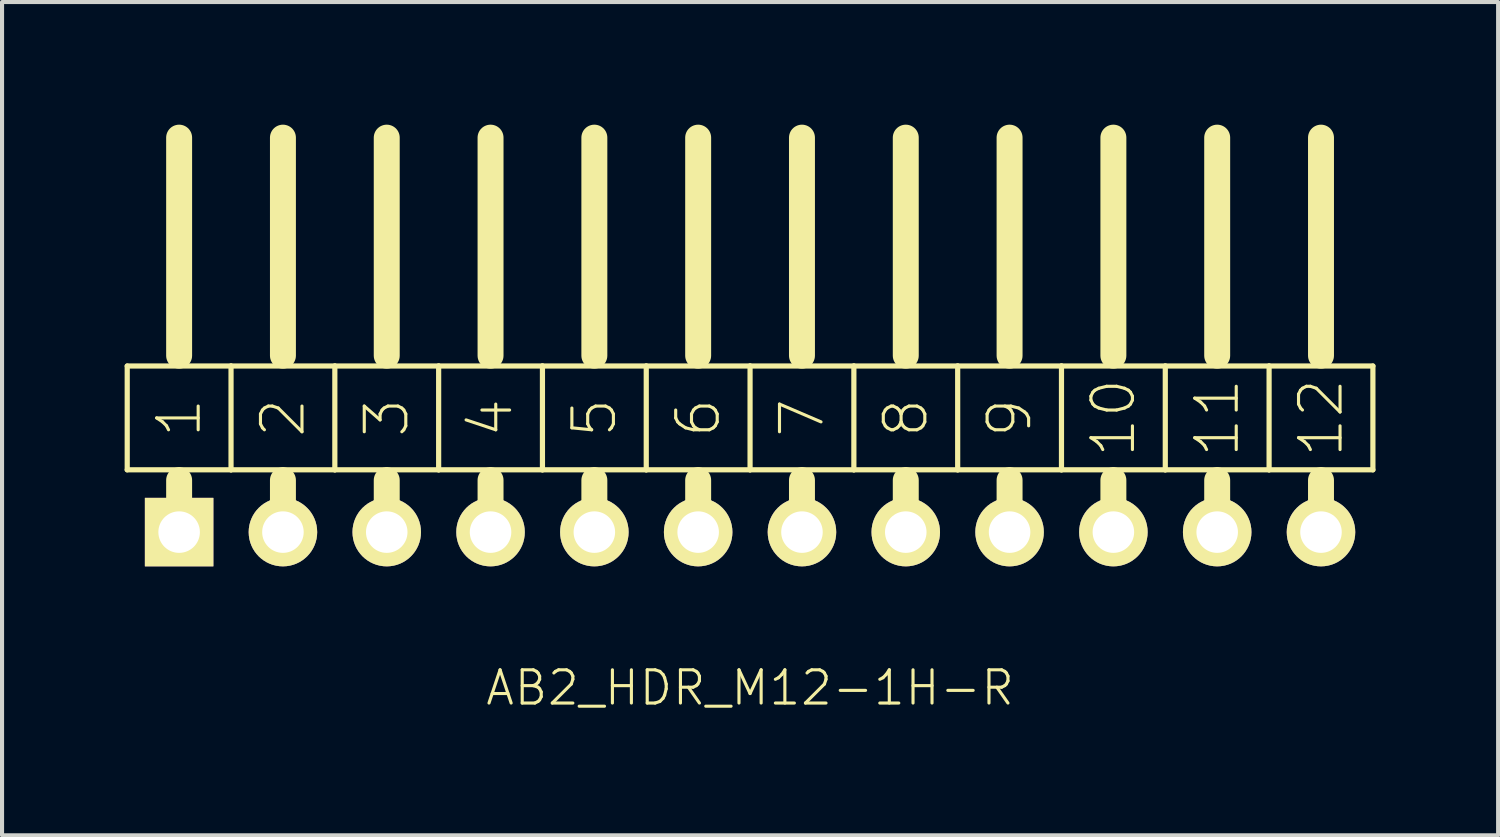
<source format=kicad_pcb>
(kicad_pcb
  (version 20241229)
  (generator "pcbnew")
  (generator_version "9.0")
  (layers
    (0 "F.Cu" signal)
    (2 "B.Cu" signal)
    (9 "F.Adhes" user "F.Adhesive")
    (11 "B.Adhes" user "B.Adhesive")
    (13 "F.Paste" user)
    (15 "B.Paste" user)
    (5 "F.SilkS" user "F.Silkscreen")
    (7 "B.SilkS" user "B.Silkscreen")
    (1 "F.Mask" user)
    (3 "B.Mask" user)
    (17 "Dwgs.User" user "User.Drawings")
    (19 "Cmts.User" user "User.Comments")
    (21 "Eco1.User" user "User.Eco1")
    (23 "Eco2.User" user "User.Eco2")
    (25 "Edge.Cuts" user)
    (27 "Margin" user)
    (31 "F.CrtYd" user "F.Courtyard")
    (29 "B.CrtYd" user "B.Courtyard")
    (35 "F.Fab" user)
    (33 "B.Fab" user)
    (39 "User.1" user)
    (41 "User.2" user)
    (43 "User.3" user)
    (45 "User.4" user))
  (footprint "AB2_HDR_M12-1H-R"
    (layer "F.Cu")
    (at 15.303 9.97)
    (property "Reference" "AB2_HDR_M12-1H-R" (at 0 3.81 0) (layer "F.SilkS") (effects (font (size 0.813 0.813) (thickness 0.076))))
    (attr through_hole)
    (fp_line (start -15.24 -4.064) (end -15.24 -1.524) (stroke (width 0.127) (type solid)) (layer "F.SilkS"))
    (fp_line (start -15.24 -1.524) (end -13.97 -1.524) (stroke (width 0.127) (type solid)) (layer "F.SilkS"))
    (fp_line (start -13.97 -4.318) (end -13.97 -9.652) (stroke (width 0.635) (type solid)) (layer "F.SilkS"))
    (fp_line (start -13.97 -1.524) (end -12.7 -1.524) (stroke (width 0.127) (type solid)) (layer "F.SilkS"))
    (fp_line (start -13.97 -1.27) (end -13.97 0) (stroke (width 0.635) (type solid)) (layer "F.SilkS"))
    (fp_line (start -12.7 -4.064) (end -15.24 -4.064) (stroke (width 0.127) (type solid)) (layer "F.SilkS"))
    (fp_line (start -12.7 -1.524) (end -12.7 -4.064) (stroke (width 0.127) (type solid)) (layer "F.SilkS"))
    (fp_line (start -12.7 -1.524) (end -11.43 -1.524) (stroke (width 0.127) (type solid)) (layer "F.SilkS"))
    (fp_line (start -11.43 -4.318) (end -11.43 -9.652) (stroke (width 0.635) (type solid)) (layer "F.SilkS"))
    (fp_line (start -11.43 -1.524) (end -10.16 -1.524) (stroke (width 0.127) (type solid)) (layer "F.SilkS"))
    (fp_line (start -11.43 -1.27) (end -11.43 0) (stroke (width 0.635) (type solid)) (layer "F.SilkS"))
    (fp_line (start -10.16 -4.064) (end -12.7 -4.064) (stroke (width 0.127) (type solid)) (layer "F.SilkS"))
    (fp_line (start -10.16 -1.524) (end -10.16 -4.064) (stroke (width 0.127) (type solid)) (layer "F.SilkS"))
    (fp_line (start -10.16 -1.524) (end -8.89 -1.524) (stroke (width 0.127) (type solid)) (layer "F.SilkS"))
    (fp_line (start -8.89 -4.318) (end -8.89 -9.652) (stroke (width 0.635) (type solid)) (layer "F.SilkS"))
    (fp_line (start -8.89 -1.524) (end -7.62 -1.524) (stroke (width 0.127) (type solid)) (layer "F.SilkS"))
    (fp_line (start -8.89 -1.27) (end -8.89 0) (stroke (width 0.635) (type solid)) (layer "F.SilkS"))
    (fp_line (start -7.62 -4.064) (end -10.16 -4.064) (stroke (width 0.127) (type solid)) (layer "F.SilkS"))
    (fp_line (start -7.62 -1.524) (end -7.62 -4.064) (stroke (width 0.127) (type solid)) (layer "F.SilkS"))
    (fp_line (start -7.62 -1.524) (end -6.35 -1.524) (stroke (width 0.127) (type solid)) (layer "F.SilkS"))
    (fp_line (start -6.35 -4.318) (end -6.35 -9.652) (stroke (width 0.635) (type solid)) (layer "F.SilkS"))
    (fp_line (start -6.35 -1.524) (end -5.08 -1.524) (stroke (width 0.127) (type solid)) (layer "F.SilkS"))
    (fp_line (start -6.35 -1.27) (end -6.35 0) (stroke (width 0.635) (type solid)) (layer "F.SilkS"))
    (fp_line (start -5.08 -4.064) (end -7.62 -4.064) (stroke (width 0.127) (type solid)) (layer "F.SilkS"))
    (fp_line (start -5.08 -1.524) (end -5.08 -4.064) (stroke (width 0.127) (type solid)) (layer "F.SilkS"))
    (fp_line (start -5.08 -1.524) (end -3.81 -1.524) (stroke (width 0.127) (type solid)) (layer "F.SilkS"))
    (fp_line (start -3.81 -4.318) (end -3.81 -9.652) (stroke (width 0.635) (type solid)) (layer "F.SilkS"))
    (fp_line (start -3.81 -1.524) (end -2.54 -1.524) (stroke (width 0.127) (type solid)) (layer "F.SilkS"))
    (fp_line (start -3.81 -1.27) (end -3.81 0) (stroke (width 0.635) (type solid)) (layer "F.SilkS"))
    (fp_line (start -2.54 -4.064) (end -5.08 -4.064) (stroke (width 0.127) (type solid)) (layer "F.SilkS"))
    (fp_line (start -2.54 -1.524) (end -2.54 -4.064) (stroke (width 0.127) (type solid)) (layer "F.SilkS"))
    (fp_line (start -2.54 -1.524) (end -1.27 -1.524) (stroke (width 0.127) (type solid)) (layer "F.SilkS"))
    (fp_line (start -1.27 -4.318) (end -1.27 -9.652) (stroke (width 0.635) (type solid)) (layer "F.SilkS"))
    (fp_line (start -1.27 -1.524) (end 0 -1.524) (stroke (width 0.127) (type solid)) (layer "F.SilkS"))
    (fp_line (start -1.27 -1.27) (end -1.27 0) (stroke (width 0.635) (type solid)) (layer "F.SilkS"))
    (fp_line (start 0 -4.064) (end -2.54 -4.064) (stroke (width 0.127) (type solid)) (layer "F.SilkS"))
    (fp_line (start 0 -1.524) (end 0 -4.064) (stroke (width 0.127) (type solid)) (layer "F.SilkS"))
    (fp_line (start 0 -1.524) (end 1.27 -1.524) (stroke (width 0.127) (type solid)) (layer "F.SilkS"))
    (fp_line (start 1.27 -4.318) (end 1.27 -9.652) (stroke (width 0.635) (type solid)) (layer "F.SilkS"))
    (fp_line (start 1.27 -1.524) (end 2.54 -1.524) (stroke (width 0.127) (type solid)) (layer "F.SilkS"))
    (fp_line (start 1.27 -1.27) (end 1.27 0) (stroke (width 0.635) (type solid)) (layer "F.SilkS"))
    (fp_line (start 2.54 -4.064) (end 0 -4.064) (stroke (width 0.127) (type solid)) (layer "F.SilkS"))
    (fp_line (start 2.54 -1.524) (end 2.54 -4.064) (stroke (width 0.127) (type solid)) (layer "F.SilkS"))
    (fp_line (start 2.54 -1.524) (end 3.81 -1.524) (stroke (width 0.127) (type solid)) (layer "F.SilkS"))
    (fp_line (start 3.81 -4.318) (end 3.81 -9.652) (stroke (width 0.635) (type solid)) (layer "F.SilkS"))
    (fp_line (start 3.81 -1.524) (end 5.08 -1.524) (stroke (width 0.127) (type solid)) (layer "F.SilkS"))
    (fp_line (start 3.81 -1.27) (end 3.81 0) (stroke (width 0.635) (type solid)) (layer "F.SilkS"))
    (fp_line (start 5.08 -4.064) (end 2.54 -4.064) (stroke (width 0.127) (type solid)) (layer "F.SilkS"))
    (fp_line (start 5.08 -1.524) (end 5.08 -4.064) (stroke (width 0.127) (type solid)) (layer "F.SilkS"))
    (fp_line (start 5.08 -1.524) (end 6.35 -1.524) (stroke (width 0.127) (type solid)) (layer "F.SilkS"))
    (fp_line (start 6.35 -4.318) (end 6.35 -9.652) (stroke (width 0.635) (type solid)) (layer "F.SilkS"))
    (fp_line (start 6.35 -1.524) (end 7.62 -1.524) (stroke (width 0.127) (type solid)) (layer "F.SilkS"))
    (fp_line (start 6.35 -1.27) (end 6.35 0) (stroke (width 0.635) (type solid)) (layer "F.SilkS"))
    (fp_line (start 7.62 -4.064) (end 5.08 -4.064) (stroke (width 0.127) (type solid)) (layer "F.SilkS"))
    (fp_line (start 7.62 -1.524) (end 7.62 -4.064) (stroke (width 0.127) (type solid)) (layer "F.SilkS"))
    (fp_line (start 7.62 -1.524) (end 8.89 -1.524) (stroke (width 0.127) (type solid)) (layer "F.SilkS"))
    (fp_line (start 8.89 -4.318) (end 8.89 -9.652) (stroke (width 0.635) (type solid)) (layer "F.SilkS"))
    (fp_line (start 8.89 -1.524) (end 10.16 -1.524) (stroke (width 0.127) (type solid)) (layer "F.SilkS"))
    (fp_line (start 8.89 -1.27) (end 8.89 0) (stroke (width 0.635) (type solid)) (layer "F.SilkS"))
    (fp_line (start 10.16 -4.064) (end 7.62 -4.064) (stroke (width 0.127) (type solid)) (layer "F.SilkS"))
    (fp_line (start 10.16 -1.524) (end 10.16 -4.064) (stroke (width 0.127) (type solid)) (layer "F.SilkS"))
    (fp_line (start 10.16 -1.524) (end 11.43 -1.524) (stroke (width 0.127) (type solid)) (layer "F.SilkS"))
    (fp_line (start 11.43 -4.318) (end 11.43 -9.652) (stroke (width 0.635) (type solid)) (layer "F.SilkS"))
    (fp_line (start 11.43 -1.524) (end 12.7 -1.524) (stroke (width 0.127) (type solid)) (layer "F.SilkS"))
    (fp_line (start 11.43 -1.27) (end 11.43 0) (stroke (width 0.635) (type solid)) (layer "F.SilkS"))
    (fp_line (start 12.7 -4.064) (end 10.16 -4.064) (stroke (width 0.127) (type solid)) (layer "F.SilkS"))
    (fp_line (start 12.7 -1.524) (end 12.7 -4.064) (stroke (width 0.127) (type solid)) (layer "F.SilkS"))
    (fp_line (start 12.7 -1.524) (end 13.97 -1.524) (stroke (width 0.127) (type solid)) (layer "F.SilkS"))
    (fp_line (start 13.97 -4.318) (end 13.97 -9.652) (stroke (width 0.635) (type solid)) (layer "F.SilkS"))
    (fp_line (start 13.97 -1.524) (end 15.24 -1.524) (stroke (width 0.127) (type solid)) (layer "F.SilkS"))
    (fp_line (start 13.97 -1.27) (end 13.97 0) (stroke (width 0.635) (type solid)) (layer "F.SilkS"))
    (fp_line (start 15.24 -4.064) (end 12.7 -4.064) (stroke (width 0.127) (type solid)) (layer "F.SilkS"))
    (fp_line (start 15.24 -1.524) (end 15.24 -4.064) (stroke (width 0.127) (type solid)) (layer "F.SilkS"))
    (fp_text user "4" (at -6.35 -2.794 90) (layer "F.SilkS") (effects (font (size 1.016 1.016) (thickness 0.076))))
    (fp_text user "8" (at 3.81 -2.794 90) (layer "F.SilkS") (effects (font (size 1.016 1.016) (thickness 0.076))))
    (fp_text user "9" (at 6.35 -2.794 90) (layer "F.SilkS") (effects (font (size 1.016 1.016) (thickness 0.076))))
    (fp_text user "1" (at -13.97 -2.794 270) (layer "F.SilkS") (effects (font (size 1.016 1.016) (thickness 0.076))))
    (fp_text user "10" (at 8.89 -2.794 90) (layer "F.SilkS") (effects (font (size 1.016 1.016) (thickness 0.076))))
    (fp_text user "3" (at -8.89 -2.794 90) (layer "F.SilkS") (effects (font (size 1.016 1.016) (thickness 0.076))))
    (fp_text user "2" (at -11.43 -2.794 90) (layer "F.SilkS") (effects (font (size 1.016 1.016) (thickness 0.076))))
    (fp_text user "5" (at -3.81 -2.794 90) (layer "F.SilkS") (effects (font (size 1.016 1.016) (thickness 0.076))))
    (fp_text user "7" (at 1.27 -2.794 90) (layer "F.SilkS") (effects (font (size 1.016 1.016) (thickness 0.076))))
    (fp_text user "12" (at 13.97 -2.794 90) (layer "F.SilkS") (effects (font (size 1.016 1.016) (thickness 0.076))))
    (fp_text user "11" (at 11.43 -2.794 90) (layer "F.SilkS") (effects (font (size 1.016 1.016) (thickness 0.076))))
    (fp_text user "6" (at -1.27 -2.794 90) (layer "F.SilkS") (effects (font (size 1.016 1.016) (thickness 0.076))))
    (pad "1" thru_hole rect (at -13.97 0) (size 1.676 1.676) (drill 1.016) (layers "*.Cu" "*.Mask" "F.SilkS"))
    (pad "2" thru_hole circle (at -11.43 0) (size 1.676 1.676) (drill 1.016) (layers "*.Cu" "*.Mask" "F.SilkS"))
    (pad "3" thru_hole circle (at -8.89 0) (size 1.676 1.676) (drill 1.016) (layers "*.Cu" "*.Mask" "F.SilkS"))
    (pad "4" thru_hole circle (at -6.35 0) (size 1.676 1.676) (drill 1.016) (layers "*.Cu" "*.Mask" "F.SilkS"))
    (pad "5" thru_hole circle (at -3.81 0) (size 1.676 1.676) (drill 1.016) (layers "*.Cu" "*.Mask" "F.SilkS"))
    (pad "6" thru_hole circle (at -1.27 0) (size 1.676 1.676) (drill 1.016) (layers "*.Cu" "*.Mask" "F.SilkS"))
    (pad "7" thru_hole circle (at 1.27 0) (size 1.676 1.676) (drill 1.016) (layers "*.Cu" "*.Mask" "F.SilkS"))
    (pad "8" thru_hole circle (at 3.81 0) (size 1.676 1.676) (drill 1.016) (layers "*.Cu" "*.Mask" "F.SilkS"))
    (pad "9" thru_hole circle (at 6.35 0) (size 1.676 1.676) (drill 1.016) (layers "*.Cu" "*.Mask" "F.SilkS"))
    (pad "10" thru_hole circle (at 8.89 0) (size 1.676 1.676) (drill 1.016) (layers "*.Cu" "*.Mask" "F.SilkS"))
    (pad "11" thru_hole circle (at 11.43 0) (size 1.676 1.676) (drill 1.016) (layers "*.Cu" "*.Mask" "F.SilkS"))
    (pad "12" thru_hole circle (at 13.97 0) (size 1.676 1.676) (drill 1.016) (layers "*.Cu" "*.Mask" "F.SilkS")))
  (gr_rect
    (start -3 -3)
    (end 33.607 17.389)
    (stroke (width 0.1) (type default))
    (fill no)
    (layer "Edge.Cuts")))
</source>
